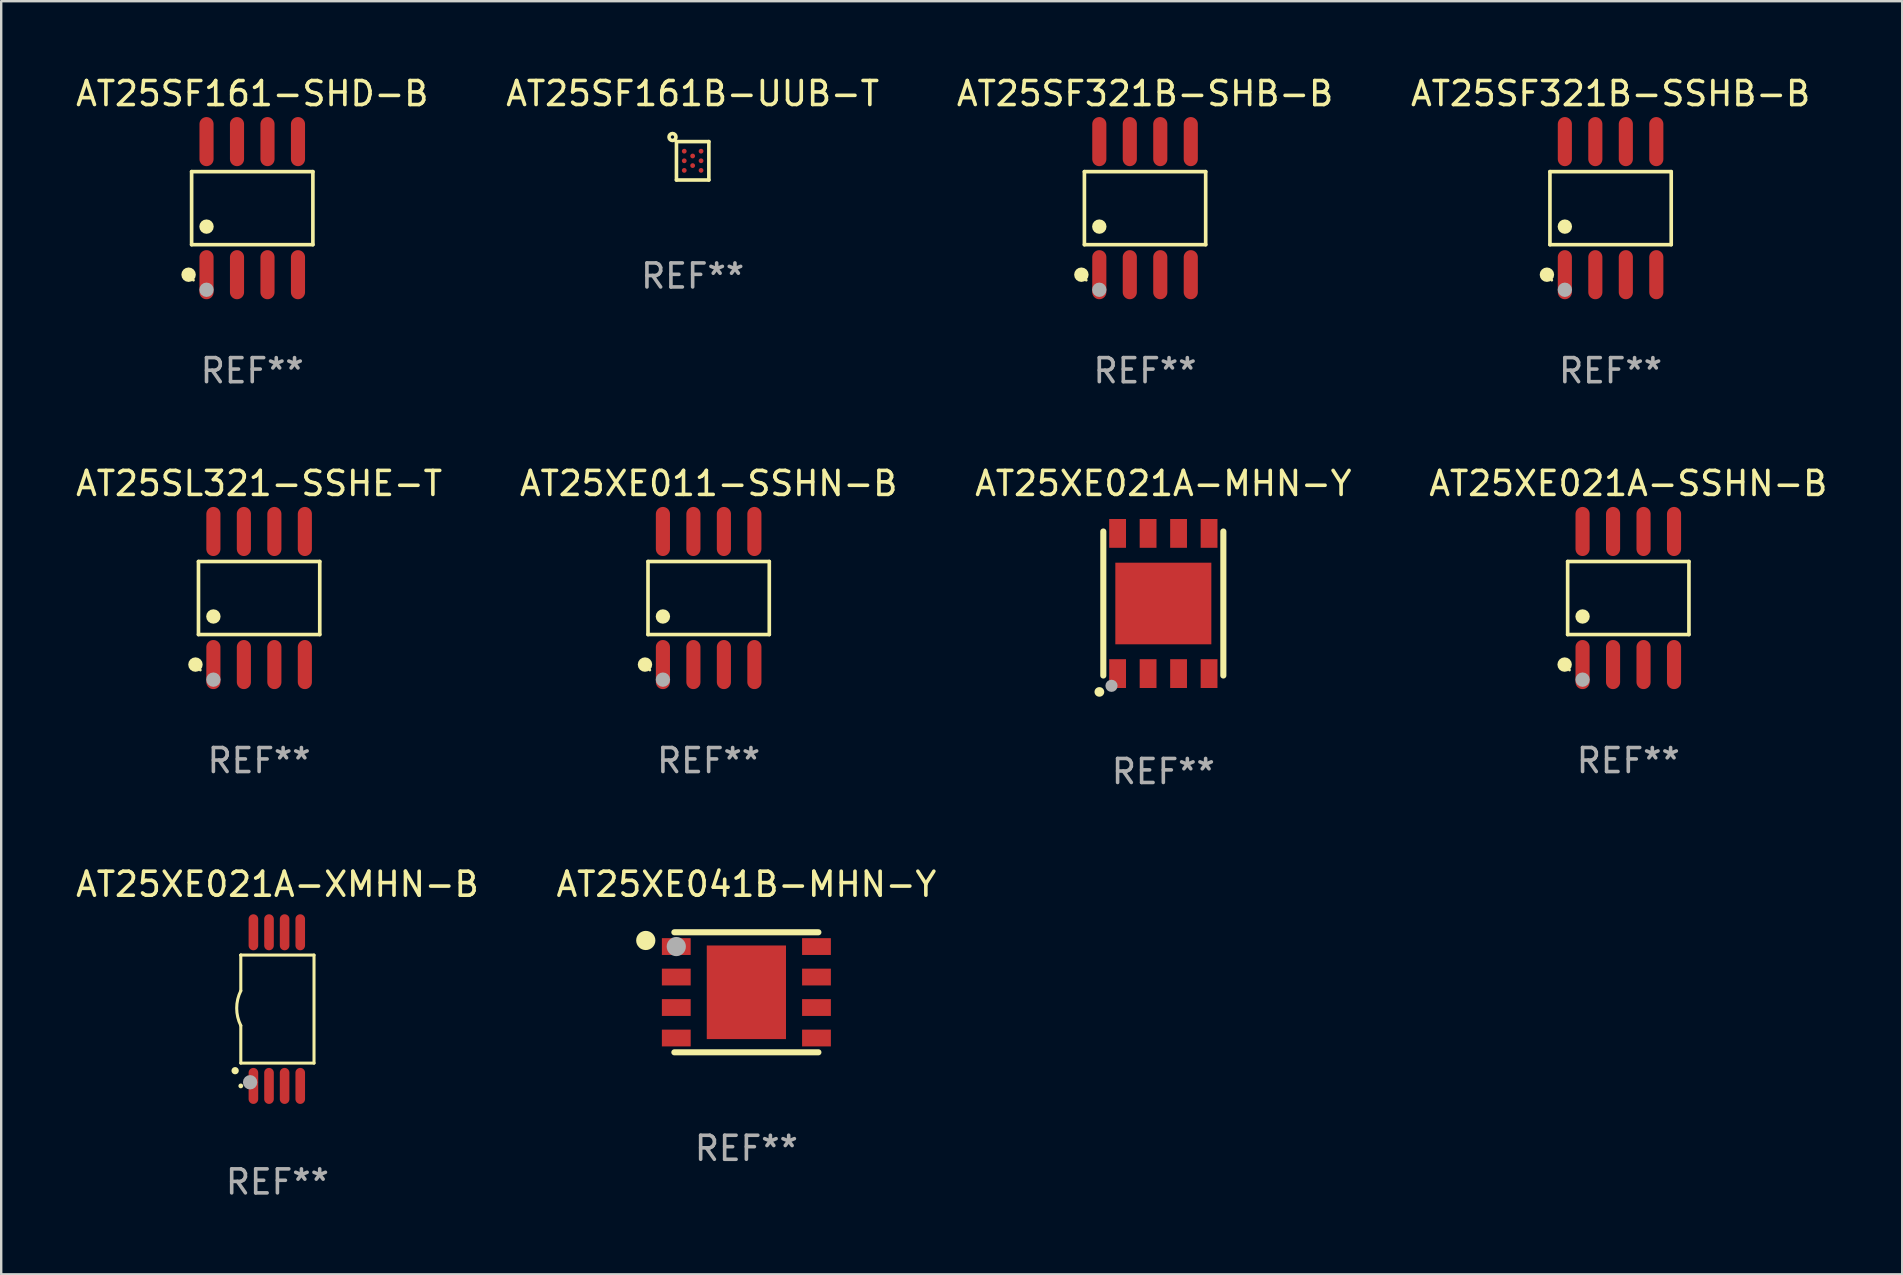
<source format=kicad_pcb>
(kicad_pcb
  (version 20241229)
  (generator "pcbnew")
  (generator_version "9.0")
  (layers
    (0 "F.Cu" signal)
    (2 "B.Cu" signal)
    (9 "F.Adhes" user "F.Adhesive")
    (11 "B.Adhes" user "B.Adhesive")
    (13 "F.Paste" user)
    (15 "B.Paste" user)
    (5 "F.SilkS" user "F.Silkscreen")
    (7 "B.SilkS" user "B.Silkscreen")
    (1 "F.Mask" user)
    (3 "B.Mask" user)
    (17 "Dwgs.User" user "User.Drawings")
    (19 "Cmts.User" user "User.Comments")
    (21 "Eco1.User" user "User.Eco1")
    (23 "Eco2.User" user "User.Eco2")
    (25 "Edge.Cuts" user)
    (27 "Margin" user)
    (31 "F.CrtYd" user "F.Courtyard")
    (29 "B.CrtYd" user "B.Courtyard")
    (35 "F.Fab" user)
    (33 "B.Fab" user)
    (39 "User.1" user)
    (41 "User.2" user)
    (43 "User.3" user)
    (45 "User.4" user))
  (footprint "AT25XE041B-MHN-Y"
    (layer "F.Cu")
    (at 28.042 38.286)
    (property "Reference" "AT25XE041B-MHN-Y" (at 0 -4.5 0) (layer "F.SilkS") (effects (font (size 1 1) (thickness 0.15))))
    (attr through_hole)
    (fp_line (start 3 -2.5) (end -3 -2.5) (stroke (width 0.254) (type solid)) (layer "F.SilkS"))
    (fp_line (start 3 2.5) (end -3 2.5) (stroke (width 0.254) (type solid)) (layer "F.SilkS"))
    (fp_circle (center -4.191 -2.159) (end -3.991 -2.159) (stroke (width 0.4) (type solid)) (fill no) (layer "F.SilkS"))
    (fp_circle (center -3 -2.5) (end -2.97 -2.5) (stroke (width 0.06) (type solid)) (fill no) (layer "F.SilkS"))
    (fp_circle (center -2.92 -1.905) (end -2.72 -1.905) (stroke (width 0.4) (type solid)) (fill no) (layer "F.Fab"))
    (fp_text user "REF**" (at 0 6.5 0) (layer "F.Fab") (effects (font (size 1 1) (thickness 0.15))))
    (pad "1" smd rect (at -2.92 -1.905) (size 1.2 0.7) (layers "F.Cu" "F.Mask" "F.Paste"))
    (pad "2" smd rect (at -2.92 -0.635) (size 1.2 0.7) (layers "F.Cu" "F.Mask" "F.Paste"))
    (pad "3" smd rect (at -2.92 0.635) (size 1.2 0.7) (layers "F.Cu" "F.Mask" "F.Paste"))
    (pad "4" smd rect (at -2.92 1.905) (size 1.2 0.7) (layers "F.Cu" "F.Mask" "F.Paste"))
    (pad "5" smd rect (at 2.92 1.905) (size 1.2 0.7) (layers "F.Cu" "F.Mask" "F.Paste"))
    (pad "6" smd rect (at 2.92 0.635) (size 1.2 0.7) (layers "F.Cu" "F.Mask" "F.Paste"))
    (pad "7" smd rect (at 2.92 -0.635) (size 1.2 0.7) (layers "F.Cu" "F.Mask" "F.Paste"))
    (pad "8" smd rect (at 2.92 -1.905) (size 1.2 0.7) (layers "F.Cu" "F.Mask" "F.Paste"))
    (pad "9" smd rect (at 0 0) (size 3.3 3.9) (layers "F.Cu" "F.Mask" "F.Paste")))
  (footprint "AT25XE021A-MHN-Y"
    (layer "F.Cu")
    (at 45.411 22.09)
    (property "Reference" "AT25XE021A-MHN-Y" (at 0 -5 0) (layer "F.SilkS") (effects (font (size 1 1) (thickness 0.15))))
    (attr through_hole)
    (fp_line (start -2.5 -3) (end -2.5 3) (stroke (width 0.254) (type solid)) (layer "F.SilkS"))
    (fp_line (start 2.5 -3) (end 2.5 3) (stroke (width 0.254) (type solid)) (layer "F.SilkS"))
    (fp_arc (start -2.667005 3.683007) (mid -2.664465 3.682991) (end -2.661925 3.683007) (stroke (width 0.4) (type solid)) (layer "F.SilkS"))
    (fp_circle (center -2.5 3) (end -2.47 3) (stroke (width 0.06) (type solid)) (fill no) (layer "F.SilkS"))
    (fp_circle (center -2.159 3.429) (end -2.032 3.429) (stroke (width 0.254) (type solid)) (fill no) (layer "F.Fab"))
    (fp_text user "REF**" (at 0 7 0) (layer "F.Fab") (effects (font (size 1 1) (thickness 0.15))))
    (pad "1" smd rect (at -1.905 2.92 90) (size 1.2 0.7) (layers "F.Cu" "F.Mask" "F.Paste"))
    (pad "2" smd rect (at -0.635 2.92 90) (size 1.2 0.7) (layers "F.Cu" "F.Mask" "F.Paste"))
    (pad "3" smd rect (at 0.635 2.92 90) (size 1.2 0.7) (layers "F.Cu" "F.Mask" "F.Paste"))
    (pad "4" smd rect (at 1.905 2.92 90) (size 1.2 0.7) (layers "F.Cu" "F.Mask" "F.Paste"))
    (pad "5" smd rect (at 1.905 -2.92 90) (size 1.2 0.7) (layers "F.Cu" "F.Mask" "F.Paste"))
    (pad "6" smd rect (at 0.635 -2.92 90) (size 1.2 0.7) (layers "F.Cu" "F.Mask" "F.Paste"))
    (pad "7" smd rect (at -0.635 -2.92 90) (size 1.2 0.7) (layers "F.Cu" "F.Mask" "F.Paste"))
    (pad "8" smd rect (at -1.905 -2.92 90) (size 1.2 0.7) (layers "F.Cu" "F.Mask" "F.Paste"))
    (pad "9" smd rect (at 0 0 90) (size 3.4 4) (layers "F.Cu" "F.Mask" "F.Paste")))
  (footprint "AT25XE021A-XMHN-B"
    (layer "F.Cu")
    (at 8.506 38.986)
    (property "Reference" "AT25XE021A-XMHN-B" (at 0 -5.2 0) (layer "F.SilkS") (effects (font (size 1 1) (thickness 0.15))))
    (attr through_hole)
    (fp_line (start -1.525 -2.25) (end 1.525 -2.25) (stroke (width 0.127) (type solid)) (layer "F.SilkS"))
    (fp_line (start -1.525 -0.762) (end -1.525 -2.25) (stroke (width 0.127) (type solid)) (layer "F.SilkS"))
    (fp_line (start -1.525 -2.25) (end -1.525 -2.25) (stroke (width 0.127) (type solid)) (layer "F.SilkS"))
    (fp_line (start -1.525 2.25) (end -1.525 0.686) (stroke (width 0.127) (type solid)) (layer "F.SilkS"))
    (fp_line (start 1.525 -2.25) (end 1.525 2.25) (stroke (width 0.127) (type solid)) (layer "F.SilkS"))
    (fp_line (start 1.525 2.25) (end -1.525 2.25) (stroke (width 0.127) (type solid)) (layer "F.SilkS"))
    (fp_arc (start -1.762357 2.56538) (mid -1.761087 2.565375) (end -1.759817 2.56538) (stroke (width 0.3) (type solid)) (layer "F.SilkS"))
    (fp_arc (start -1.525146 0.685776) (mid -1.696036 -0.038125) (end -1.525146 -0.762027) (stroke (width 0.127) (type solid)) (layer "F.SilkS"))
    (fp_circle (center -1.525 3.2) (end -1.475 3.2) (stroke (width 0.1) (type solid)) (fill no) (layer "F.SilkS"))
    (fp_circle (center -1.137 3.048) (end -0.987 3.048) (stroke (width 0.3) (type solid)) (fill no) (layer "F.Fab"))
    (fp_text user "REF**" (at 0 7.2 0) (layer "F.Fab") (effects (font (size 1 1) (thickness 0.15))))
    (pad "1" smd oval (at -1 3.2 180) (size 0.4 1.5) (layers "F.Cu" "F.Mask" "F.Paste"))
    (pad "2" smd oval (at -0.35 3.2 180) (size 0.4 1.5) (layers "F.Cu" "F.Mask" "F.Paste"))
    (pad "3" smd oval (at 0.3 3.2 180) (size 0.4 1.5) (layers "F.Cu" "F.Mask" "F.Paste"))
    (pad "4" smd oval (at 0.951 3.2 180) (size 0.4 1.5) (layers "F.Cu" "F.Mask" "F.Paste"))
    (pad "5" smd oval (at 0.951 -3.2 180) (size 0.4 1.5) (layers "F.Cu" "F.Mask" "F.Paste"))
    (pad "6" smd oval (at 0.3 -3.2 180) (size 0.4 1.5) (layers "F.Cu" "F.Mask" "F.Paste"))
    (pad "7" smd oval (at -0.35 -3.2 180) (size 0.4 1.5) (layers "F.Cu" "F.Mask" "F.Paste"))
    (pad "8" smd oval (at -1 -3.2 180) (size 0.4 1.5) (layers "F.Cu" "F.Mask" "F.Paste")))
  (footprint "AT25SF321B-SSHB-B"
    (layer "F.Cu")
    (at 64.042 5.621)
    (property "Reference" "AT25SF321B-SSHB-B" (at 0 -4.772 0) (layer "F.SilkS") (effects (font (size 1 1) (thickness 0.15))))
    (attr through_hole)
    (fp_line (start -2.526 -1.521) (end 2.526 -1.521) (stroke (width 0.152) (type solid)) (layer "F.SilkS"))
    (fp_line (start -2.526 1.521) (end -2.526 -1.521) (stroke (width 0.152) (type solid)) (layer "F.SilkS"))
    (fp_line (start 2.526 -1.521) (end 2.526 1.521) (stroke (width 0.152) (type solid)) (layer "F.SilkS"))
    (fp_line (start 2.526 1.521) (end -2.526 1.521) (stroke (width 0.152) (type solid)) (layer "F.SilkS"))
    (fp_circle (center -2.652 2.772) (end -2.501 2.772) (stroke (width 0.3) (type solid)) (fill no) (layer "F.SilkS"))
    (fp_circle (center -2.45 3) (end -2.42 3) (stroke (width 0.06) (type solid)) (fill no) (layer "F.SilkS"))
    (fp_circle (center -1.905 0.769) (end -1.755 0.769) (stroke (width 0.3) (type solid)) (fill no) (layer "F.SilkS"))
    (fp_circle (center -1.905 3.4) (end -1.755 3.4) (stroke (width 0.3) (type solid)) (fill no) (layer "F.Fab"))
    (fp_text user "REF**" (at 0 6.772 0) (layer "F.Fab") (effects (font (size 1 1) (thickness 0.15))))
    (pad "1" smd oval (at -1.905 2.772) (size 0.588 2.045) (layers "F.Cu" "F.Mask" "F.Paste"))
    (pad "2" smd oval (at -0.635 2.772) (size 0.588 2.045) (layers "F.Cu" "F.Mask" "F.Paste"))
    (pad "3" smd oval (at 0.635 2.772) (size 0.588 2.045) (layers "F.Cu" "F.Mask" "F.Paste"))
    (pad "4" smd oval (at 1.905 2.772) (size 0.588 2.045) (layers "F.Cu" "F.Mask" "F.Paste"))
    (pad "5" smd oval (at 1.905 -2.772) (size 0.588 2.045) (layers "F.Cu" "F.Mask" "F.Paste"))
    (pad "6" smd oval (at 0.635 -2.772) (size 0.588 2.045) (layers "F.Cu" "F.Mask" "F.Paste"))
    (pad "7" smd oval (at -0.635 -2.772) (size 0.588 2.045) (layers "F.Cu" "F.Mask" "F.Paste"))
    (pad "8" smd oval (at -1.905 -2.772) (size 0.588 2.045) (layers "F.Cu" "F.Mask" "F.Paste")))
  (footprint "AT25SF161-SHD-B"
    (layer "F.Cu")
    (at 7.458 5.621)
    (property "Reference" "AT25SF161-SHD-B" (at 0 -4.772 0) (layer "F.SilkS") (effects (font (size 1 1) (thickness 0.15))))
    (attr through_hole)
    (fp_line (start -2.526 -1.521) (end 2.526 -1.521) (stroke (width 0.152) (type solid)) (layer "F.SilkS"))
    (fp_line (start -2.526 1.521) (end -2.526 -1.521) (stroke (width 0.152) (type solid)) (layer "F.SilkS"))
    (fp_line (start 2.526 -1.521) (end 2.526 1.521) (stroke (width 0.152) (type solid)) (layer "F.SilkS"))
    (fp_line (start 2.526 1.521) (end -2.526 1.521) (stroke (width 0.152) (type solid)) (layer "F.SilkS"))
    (fp_circle (center -2.652 2.772) (end -2.501 2.772) (stroke (width 0.3) (type solid)) (fill no) (layer "F.SilkS"))
    (fp_circle (center -2.45 3) (end -2.42 3) (stroke (width 0.06) (type solid)) (fill no) (layer "F.SilkS"))
    (fp_circle (center -1.905 0.769) (end -1.755 0.769) (stroke (width 0.3) (type solid)) (fill no) (layer "F.SilkS"))
    (fp_circle (center -1.905 3.4) (end -1.755 3.4) (stroke (width 0.3) (type solid)) (fill no) (layer "F.Fab"))
    (fp_text user "REF**" (at 0 6.772 0) (layer "F.Fab") (effects (font (size 1 1) (thickness 0.15))))
    (pad "1" smd oval (at -1.905 2.772) (size 0.588 2.045) (layers "F.Cu" "F.Mask" "F.Paste"))
    (pad "2" smd oval (at -0.635 2.772) (size 0.588 2.045) (layers "F.Cu" "F.Mask" "F.Paste"))
    (pad "3" smd oval (at 0.635 2.772) (size 0.588 2.045) (layers "F.Cu" "F.Mask" "F.Paste"))
    (pad "4" smd oval (at 1.905 2.772) (size 0.588 2.045) (layers "F.Cu" "F.Mask" "F.Paste"))
    (pad "5" smd oval (at 1.905 -2.772) (size 0.588 2.045) (layers "F.Cu" "F.Mask" "F.Paste"))
    (pad "6" smd oval (at 0.635 -2.772) (size 0.588 2.045) (layers "F.Cu" "F.Mask" "F.Paste"))
    (pad "7" smd oval (at -0.635 -2.772) (size 0.588 2.045) (layers "F.Cu" "F.Mask" "F.Paste"))
    (pad "8" smd oval (at -1.905 -2.772) (size 0.588 2.045) (layers "F.Cu" "F.Mask" "F.Paste")))
  (footprint "AT25SL321-SSHE-T"
    (layer "F.Cu")
    (at 7.744 21.862)
    (property "Reference" "AT25SL321-SSHE-T" (at 0 -4.772 0) (layer "F.SilkS") (effects (font (size 1 1) (thickness 0.15))))
    (attr through_hole)
    (fp_line (start -2.526 -1.521) (end 2.526 -1.521) (stroke (width 0.152) (type solid)) (layer "F.SilkS"))
    (fp_line (start -2.526 1.521) (end -2.526 -1.521) (stroke (width 0.152) (type solid)) (layer "F.SilkS"))
    (fp_line (start 2.526 -1.521) (end 2.526 1.521) (stroke (width 0.152) (type solid)) (layer "F.SilkS"))
    (fp_line (start 2.526 1.521) (end -2.526 1.521) (stroke (width 0.152) (type solid)) (layer "F.SilkS"))
    (fp_circle (center -2.652 2.772) (end -2.501 2.772) (stroke (width 0.3) (type solid)) (fill no) (layer "F.SilkS"))
    (fp_circle (center -2.45 3) (end -2.42 3) (stroke (width 0.06) (type solid)) (fill no) (layer "F.SilkS"))
    (fp_circle (center -1.905 0.769) (end -1.755 0.769) (stroke (width 0.3) (type solid)) (fill no) (layer "F.SilkS"))
    (fp_circle (center -1.905 3.4) (end -1.755 3.4) (stroke (width 0.3) (type solid)) (fill no) (layer "F.Fab"))
    (fp_text user "REF**" (at 0 6.772 0) (layer "F.Fab") (effects (font (size 1 1) (thickness 0.15))))
    (pad "1" smd oval (at -1.905 2.772) (size 0.588 2.045) (layers "F.Cu" "F.Mask" "F.Paste"))
    (pad "2" smd oval (at -0.635 2.772) (size 0.588 2.045) (layers "F.Cu" "F.Mask" "F.Paste"))
    (pad "3" smd oval (at 0.635 2.772) (size 0.588 2.045) (layers "F.Cu" "F.Mask" "F.Paste"))
    (pad "4" smd oval (at 1.905 2.772) (size 0.588 2.045) (layers "F.Cu" "F.Mask" "F.Paste"))
    (pad "5" smd oval (at 1.905 -2.772) (size 0.588 2.045) (layers "F.Cu" "F.Mask" "F.Paste"))
    (pad "6" smd oval (at 0.635 -2.772) (size 0.588 2.045) (layers "F.Cu" "F.Mask" "F.Paste"))
    (pad "7" smd oval (at -0.635 -2.772) (size 0.588 2.045) (layers "F.Cu" "F.Mask" "F.Paste"))
    (pad "8" smd oval (at -1.905 -2.772) (size 0.588 2.045) (layers "F.Cu" "F.Mask" "F.Paste")))
  (footprint "AT25XE011-SSHN-B"
    (layer "F.Cu")
    (at 26.47 21.862)
    (property "Reference" "AT25XE011-SSHN-B" (at 0 -4.772 0) (layer "F.SilkS") (effects (font (size 1 1) (thickness 0.15))))
    (attr through_hole)
    (fp_line (start -2.526 -1.521) (end 2.526 -1.521) (stroke (width 0.152) (type solid)) (layer "F.SilkS"))
    (fp_line (start -2.526 1.521) (end -2.526 -1.521) (stroke (width 0.152) (type solid)) (layer "F.SilkS"))
    (fp_line (start 2.526 -1.521) (end 2.526 1.521) (stroke (width 0.152) (type solid)) (layer "F.SilkS"))
    (fp_line (start 2.526 1.521) (end -2.526 1.521) (stroke (width 0.152) (type solid)) (layer "F.SilkS"))
    (fp_circle (center -2.652 2.772) (end -2.501 2.772) (stroke (width 0.3) (type solid)) (fill no) (layer "F.SilkS"))
    (fp_circle (center -2.45 3) (end -2.42 3) (stroke (width 0.06) (type solid)) (fill no) (layer "F.SilkS"))
    (fp_circle (center -1.905 0.769) (end -1.755 0.769) (stroke (width 0.3) (type solid)) (fill no) (layer "F.SilkS"))
    (fp_circle (center -1.905 3.4) (end -1.755 3.4) (stroke (width 0.3) (type solid)) (fill no) (layer "F.Fab"))
    (fp_text user "REF**" (at 0 6.772 0) (layer "F.Fab") (effects (font (size 1 1) (thickness 0.15))))
    (pad "1" smd oval (at -1.905 2.772) (size 0.588 2.045) (layers "F.Cu" "F.Mask" "F.Paste"))
    (pad "2" smd oval (at -0.635 2.772) (size 0.588 2.045) (layers "F.Cu" "F.Mask" "F.Paste"))
    (pad "3" smd oval (at 0.635 2.772) (size 0.588 2.045) (layers "F.Cu" "F.Mask" "F.Paste"))
    (pad "4" smd oval (at 1.905 2.772) (size 0.588 2.045) (layers "F.Cu" "F.Mask" "F.Paste"))
    (pad "5" smd oval (at 1.905 -2.772) (size 0.588 2.045) (layers "F.Cu" "F.Mask" "F.Paste"))
    (pad "6" smd oval (at 0.635 -2.772) (size 0.588 2.045) (layers "F.Cu" "F.Mask" "F.Paste"))
    (pad "7" smd oval (at -0.635 -2.772) (size 0.588 2.045) (layers "F.Cu" "F.Mask" "F.Paste"))
    (pad "8" smd oval (at -1.905 -2.772) (size 0.588 2.045) (layers "F.Cu" "F.Mask" "F.Paste")))
  (footprint "AT25SF161B-UUB-T"
    (layer "F.Cu")
    (at 25.804 3.648)
    (property "Reference" "AT25SF161B-UUB-T" (at 0 -2.8 0) (layer "F.SilkS") (effects (font (size 1 1) (thickness 0.15))))
    (attr through_hole)
    (fp_line (start -0.675 -0.8) (end -0.675 0.8) (stroke (width 0.15) (type solid)) (layer "F.SilkS"))
    (fp_line (start -0.675 -0.8) (end 0.675 -0.8) (stroke (width 0.15) (type solid)) (layer "F.SilkS"))
    (fp_line (start -0.675 0.8) (end 0.675 0.8) (stroke (width 0.15) (type solid)) (layer "F.SilkS"))
    (fp_line (start 0.675 -0.8) (end 0.675 0.8) (stroke (width 0.15) (type solid)) (layer "F.SilkS"))
    (fp_circle (center -0.84 -0.99) (end -0.77 -0.99) (stroke (width 0.15) (type solid)) (fill no) (layer "F.SilkS"))
    (fp_text user "REF**" (at 0 4.8 0) (layer "F.Fab") (effects (font (size 1 1) (thickness 0.15))))
    (pad "A1" smd circle (at -0.35 -0.4) (size 0.2 0.2) (layers "F.Cu" "F.Mask" "F.Paste"))
    (pad "A3" smd circle (at 0.35 -0.4) (size 0.2 0.2) (layers "F.Cu" "F.Mask" "F.Paste"))
    (pad "B2" smd circle (at 0 -0.2) (size 0.2 0.2) (layers "F.Cu" "F.Mask" "F.Paste"))
    (pad "C1" smd circle (at -0.35 0) (size 0.2 0.2) (layers "F.Cu" "F.Mask" "F.Paste"))
    (pad "C3" smd circle (at 0.35 0) (size 0.2 0.2) (layers "F.Cu" "F.Mask" "F.Paste"))
    (pad "D2" smd circle (at 0 0.2) (size 0.2 0.2) (layers "F.Cu" "F.Mask" "F.Paste"))
    (pad "E1" smd circle (at -0.35 0.4) (size 0.2 0.2) (layers "F.Cu" "F.Mask" "F.Paste"))
    (pad "E3" smd circle (at 0.35 0.4) (size 0.2 0.2) (layers "F.Cu" "F.Mask" "F.Paste")))
  (footprint "AT25XE021A-SSHN-B"
    (layer "F.Cu")
    (at 64.78 21.862)
    (property "Reference" "AT25XE021A-SSHN-B" (at 0 -4.772 0) (layer "F.SilkS") (effects (font (size 1 1) (thickness 0.15))))
    (attr through_hole)
    (fp_line (start -2.526 -1.521) (end 2.526 -1.521) (stroke (width 0.152) (type solid)) (layer "F.SilkS"))
    (fp_line (start -2.526 1.521) (end -2.526 -1.521) (stroke (width 0.152) (type solid)) (layer "F.SilkS"))
    (fp_line (start 2.526 -1.521) (end 2.526 1.521) (stroke (width 0.152) (type solid)) (layer "F.SilkS"))
    (fp_line (start 2.526 1.521) (end -2.526 1.521) (stroke (width 0.152) (type solid)) (layer "F.SilkS"))
    (fp_circle (center -2.652 2.772) (end -2.501 2.772) (stroke (width 0.3) (type solid)) (fill no) (layer "F.SilkS"))
    (fp_circle (center -2.45 3) (end -2.42 3) (stroke (width 0.06) (type solid)) (fill no) (layer "F.SilkS"))
    (fp_circle (center -1.905 0.769) (end -1.755 0.769) (stroke (width 0.3) (type solid)) (fill no) (layer "F.SilkS"))
    (fp_circle (center -1.905 3.4) (end -1.755 3.4) (stroke (width 0.3) (type solid)) (fill no) (layer "F.Fab"))
    (fp_text user "REF**" (at 0 6.772 0) (layer "F.Fab") (effects (font (size 1 1) (thickness 0.15))))
    (pad "1" smd oval (at -1.905 2.772) (size 0.588 2.045) (layers "F.Cu" "F.Mask" "F.Paste"))
    (pad "2" smd oval (at -0.635 2.772) (size 0.588 2.045) (layers "F.Cu" "F.Mask" "F.Paste"))
    (pad "3" smd oval (at 0.635 2.772) (size 0.588 2.045) (layers "F.Cu" "F.Mask" "F.Paste"))
    (pad "4" smd oval (at 1.905 2.772) (size 0.588 2.045) (layers "F.Cu" "F.Mask" "F.Paste"))
    (pad "5" smd oval (at 1.905 -2.772) (size 0.588 2.045) (layers "F.Cu" "F.Mask" "F.Paste"))
    (pad "6" smd oval (at 0.635 -2.772) (size 0.588 2.045) (layers "F.Cu" "F.Mask" "F.Paste"))
    (pad "7" smd oval (at -0.635 -2.772) (size 0.588 2.045) (layers "F.Cu" "F.Mask" "F.Paste"))
    (pad "8" smd oval (at -1.905 -2.772) (size 0.588 2.045) (layers "F.Cu" "F.Mask" "F.Paste")))
  (footprint "AT25SF321B-SHB-B"
    (layer "F.Cu")
    (at 44.649 5.621)
    (property "Reference" "AT25SF321B-SHB-B" (at 0 -4.772 0) (layer "F.SilkS") (effects (font (size 1 1) (thickness 0.15))))
    (attr through_hole)
    (fp_line (start -2.526 -1.521) (end 2.526 -1.521) (stroke (width 0.152) (type solid)) (layer "F.SilkS"))
    (fp_line (start -2.526 1.521) (end -2.526 -1.521) (stroke (width 0.152) (type solid)) (layer "F.SilkS"))
    (fp_line (start 2.526 -1.521) (end 2.526 1.521) (stroke (width 0.152) (type solid)) (layer "F.SilkS"))
    (fp_line (start 2.526 1.521) (end -2.526 1.521) (stroke (width 0.152) (type solid)) (layer "F.SilkS"))
    (fp_circle (center -2.652 2.772) (end -2.501 2.772) (stroke (width 0.3) (type solid)) (fill no) (layer "F.SilkS"))
    (fp_circle (center -2.45 3) (end -2.42 3) (stroke (width 0.06) (type solid)) (fill no) (layer "F.SilkS"))
    (fp_circle (center -1.905 0.769) (end -1.755 0.769) (stroke (width 0.3) (type solid)) (fill no) (layer "F.SilkS"))
    (fp_circle (center -1.905 3.4) (end -1.755 3.4) (stroke (width 0.3) (type solid)) (fill no) (layer "F.Fab"))
    (fp_text user "REF**" (at 0 6.772 0) (layer "F.Fab") (effects (font (size 1 1) (thickness 0.15))))
    (pad "1" smd oval (at -1.905 2.772) (size 0.588 2.045) (layers "F.Cu" "F.Mask" "F.Paste"))
    (pad "2" smd oval (at -0.635 2.772) (size 0.588 2.045) (layers "F.Cu" "F.Mask" "F.Paste"))
    (pad "3" smd oval (at 0.635 2.772) (size 0.588 2.045) (layers "F.Cu" "F.Mask" "F.Paste"))
    (pad "4" smd oval (at 1.905 2.772) (size 0.588 2.045) (layers "F.Cu" "F.Mask" "F.Paste"))
    (pad "5" smd oval (at 1.905 -2.772) (size 0.588 2.045) (layers "F.Cu" "F.Mask" "F.Paste"))
    (pad "6" smd oval (at 0.635 -2.772) (size 0.588 2.045) (layers "F.Cu" "F.Mask" "F.Paste"))
    (pad "7" smd oval (at -0.635 -2.772) (size 0.588 2.045) (layers "F.Cu" "F.Mask" "F.Paste"))
    (pad "8" smd oval (at -1.905 -2.772) (size 0.588 2.045) (layers "F.Cu" "F.Mask" "F.Paste")))
  (gr_rect
    (start -3 -3)
    (end 76.19 50.035)
    (stroke (width 0.1) (type default))
    (fill no)
    (layer "Edge.Cuts")))
</source>
